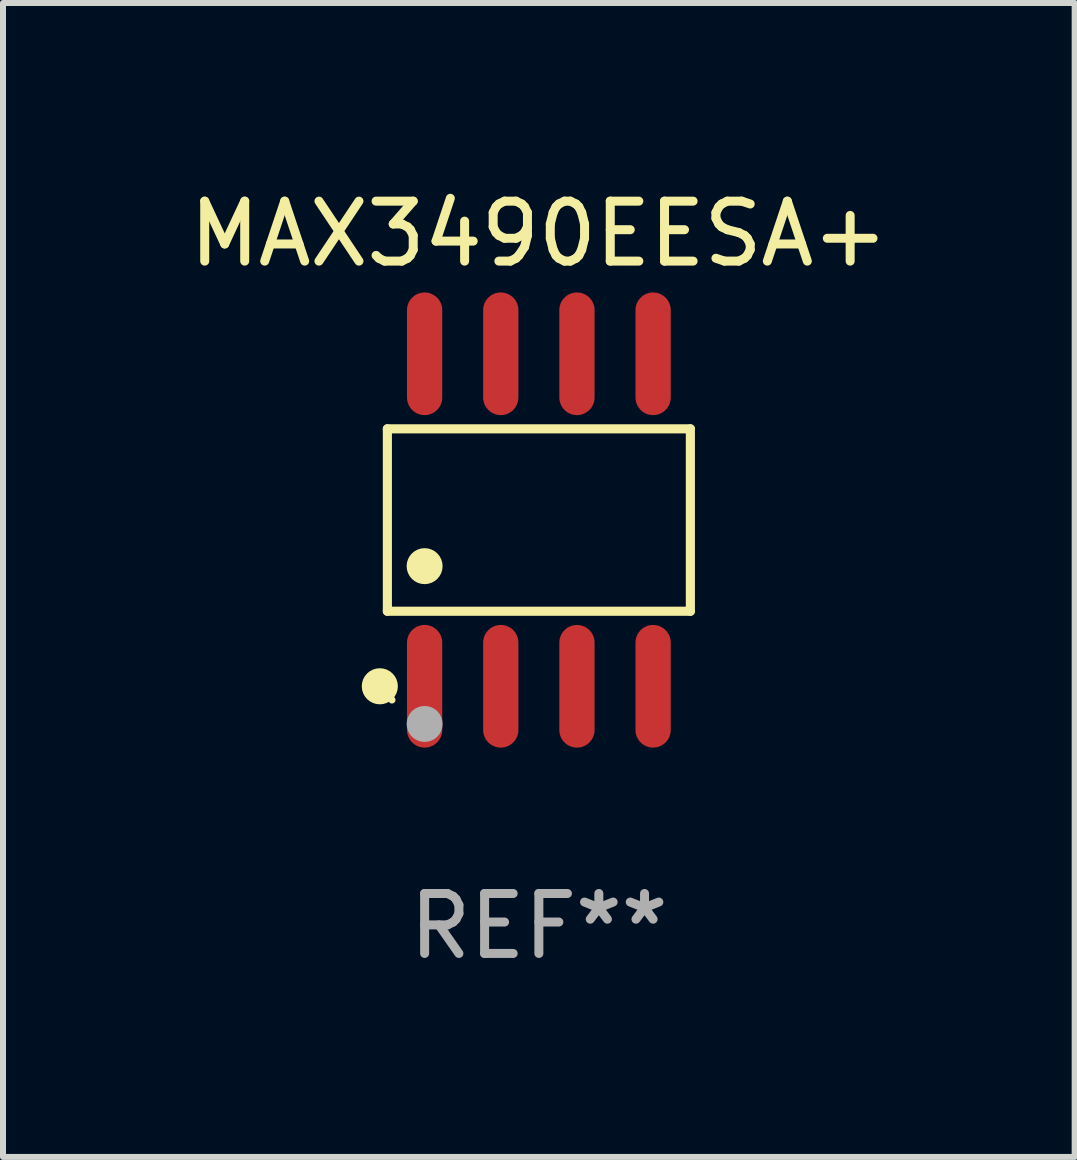
<source format=kicad_pcb>
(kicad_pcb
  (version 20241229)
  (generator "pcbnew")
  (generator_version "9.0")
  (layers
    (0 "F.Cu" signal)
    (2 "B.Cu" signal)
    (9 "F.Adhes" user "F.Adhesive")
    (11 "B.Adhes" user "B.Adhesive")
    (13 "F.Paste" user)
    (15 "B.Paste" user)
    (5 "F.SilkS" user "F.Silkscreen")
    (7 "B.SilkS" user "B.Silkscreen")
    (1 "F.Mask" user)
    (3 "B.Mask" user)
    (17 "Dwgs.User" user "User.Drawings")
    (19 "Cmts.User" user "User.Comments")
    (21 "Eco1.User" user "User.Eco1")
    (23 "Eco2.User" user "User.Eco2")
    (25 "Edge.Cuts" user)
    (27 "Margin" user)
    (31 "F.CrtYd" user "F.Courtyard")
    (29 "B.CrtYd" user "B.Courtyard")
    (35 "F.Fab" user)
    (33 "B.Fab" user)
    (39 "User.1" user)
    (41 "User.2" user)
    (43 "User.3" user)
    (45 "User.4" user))
  (footprint "MAX3490EESA+"
    (layer "F.Cu")
    (at 5.935 5.621)
    (property "Reference" "MAX3490EESA+" (at 0 -4.772 0) (layer "F.SilkS") (effects (font (size 1 1) (thickness 0.15))))
    (attr through_hole)
    (fp_line (start -2.526 -1.521) (end 2.526 -1.521) (stroke (width 0.152) (type solid)) (layer "F.SilkS"))
    (fp_line (start -2.526 1.521) (end -2.526 -1.521) (stroke (width 0.152) (type solid)) (layer "F.SilkS"))
    (fp_line (start 2.526 -1.521) (end 2.526 1.521) (stroke (width 0.152) (type solid)) (layer "F.SilkS"))
    (fp_line (start 2.526 1.521) (end -2.526 1.521) (stroke (width 0.152) (type solid)) (layer "F.SilkS"))
    (fp_circle (center -2.652 2.772) (end -2.501 2.772) (stroke (width 0.3) (type solid)) (fill no) (layer "F.SilkS"))
    (fp_circle (center -2.45 3) (end -2.42 3) (stroke (width 0.06) (type solid)) (fill no) (layer "F.SilkS"))
    (fp_circle (center -1.905 0.769) (end -1.755 0.769) (stroke (width 0.3) (type solid)) (fill no) (layer "F.SilkS"))
    (fp_circle (center -1.905 3.4) (end -1.755 3.4) (stroke (width 0.3) (type solid)) (fill no) (layer "F.Fab"))
    (fp_text user "REF**" (at 0 6.772 0) (layer "F.Fab") (effects (font (size 1 1) (thickness 0.15))))
    (pad "1" smd oval (at -1.905 2.772) (size 0.588 2.045) (layers "F.Cu" "F.Mask" "F.Paste"))
    (pad "2" smd oval (at -0.635 2.772) (size 0.588 2.045) (layers "F.Cu" "F.Mask" "F.Paste"))
    (pad "3" smd oval (at 0.635 2.772) (size 0.588 2.045) (layers "F.Cu" "F.Mask" "F.Paste"))
    (pad "4" smd oval (at 1.905 2.772) (size 0.588 2.045) (layers "F.Cu" "F.Mask" "F.Paste"))
    (pad "5" smd oval (at 1.905 -2.772) (size 0.588 2.045) (layers "F.Cu" "F.Mask" "F.Paste"))
    (pad "6" smd oval (at 0.635 -2.772) (size 0.588 2.045) (layers "F.Cu" "F.Mask" "F.Paste"))
    (pad "7" smd oval (at -0.635 -2.772) (size 0.588 2.045) (layers "F.Cu" "F.Mask" "F.Paste"))
    (pad "8" smd oval (at -1.905 -2.772) (size 0.588 2.045) (layers "F.Cu" "F.Mask" "F.Paste")))
  (gr_rect
    (start -3 -3)
    (end 14.869 16.241)
    (stroke (width 0.1) (type default))
    (fill no)
    (layer "Edge.Cuts")))
</source>
